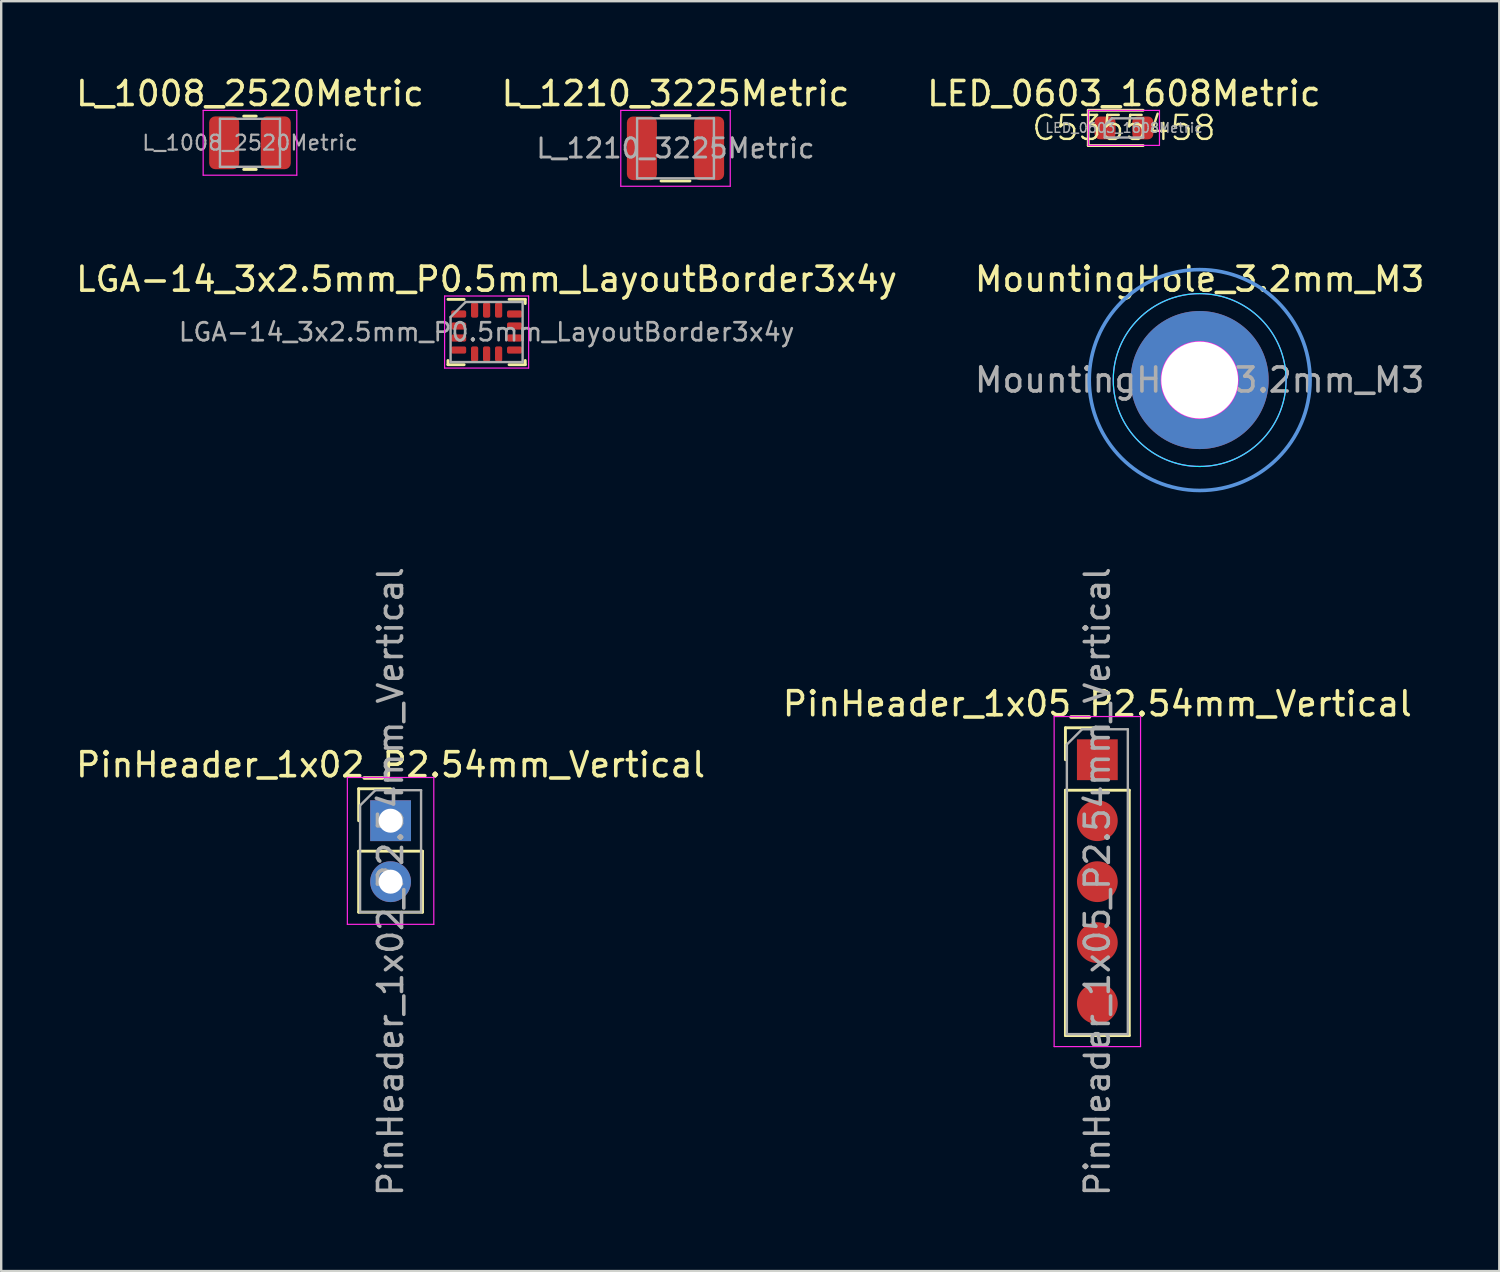
<source format=kicad_pcb>
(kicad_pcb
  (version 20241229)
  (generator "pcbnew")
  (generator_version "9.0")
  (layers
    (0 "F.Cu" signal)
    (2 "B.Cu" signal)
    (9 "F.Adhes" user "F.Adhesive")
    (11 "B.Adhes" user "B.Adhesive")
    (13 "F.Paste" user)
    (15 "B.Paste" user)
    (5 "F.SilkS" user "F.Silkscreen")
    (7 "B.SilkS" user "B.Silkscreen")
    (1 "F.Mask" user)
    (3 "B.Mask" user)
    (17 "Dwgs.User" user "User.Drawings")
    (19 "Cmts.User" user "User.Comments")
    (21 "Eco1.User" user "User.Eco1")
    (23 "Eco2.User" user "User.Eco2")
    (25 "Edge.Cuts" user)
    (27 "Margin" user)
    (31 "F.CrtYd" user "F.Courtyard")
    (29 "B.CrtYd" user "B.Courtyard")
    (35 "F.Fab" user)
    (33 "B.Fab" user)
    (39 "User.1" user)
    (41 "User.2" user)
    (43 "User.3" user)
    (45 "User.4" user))
  (footprint "PinHeader_1x02_P2.54mm_Vertical"
    (layer "F.Cu")
    (at 13.22 31.137)
    (property "Reference" "PinHeader_1x02_P2.54mm_Vertical" (at 0 -2.33 0) (layer "F.SilkS") (effects (font (size 1 1) (thickness 0.15))))
    (attr through_hole)
    (fp_line (start -1.33 -1.33) (end 0 -1.33) (stroke (width 0.12) (type solid)) (layer "F.SilkS"))
    (fp_line (start -1.33 0) (end -1.33 -1.33) (stroke (width 0.12) (type solid)) (layer "F.SilkS"))
    (fp_line (start -1.33 1.27) (end -1.33 3.81) (stroke (width 0.12) (type solid)) (layer "F.SilkS"))
    (fp_line (start -1.33 1.27) (end 1.33 1.27) (stroke (width 0.12) (type solid)) (layer "F.SilkS"))
    (fp_line (start -1.33 3.81) (end 1.33 3.81) (stroke (width 0.12) (type solid)) (layer "F.SilkS"))
    (fp_line (start 1.33 1.27) (end 1.33 3.81) (stroke (width 0.12) (type solid)) (layer "F.SilkS"))
    (fp_line (start -1.8 -1.8) (end -1.8 4.318) (stroke (width 0.05) (type solid)) (layer "F.CrtYd"))
    (fp_line (start -1.8 4.318) (end 1.8 4.318) (stroke (width 0.05) (type solid)) (layer "F.CrtYd"))
    (fp_line (start 1.8 -1.8) (end -1.8 -1.8) (stroke (width 0.05) (type solid)) (layer "F.CrtYd"))
    (fp_line (start 1.8 4.318) (end 1.8 -1.8) (stroke (width 0.05) (type solid)) (layer "F.CrtYd"))
    (fp_line (start -1.27 -0.635) (end -0.635 -1.27) (stroke (width 0.1) (type solid)) (layer "F.Fab"))
    (fp_line (start -1.27 3.81) (end -1.27 -0.635) (stroke (width 0.1) (type solid)) (layer "F.Fab"))
    (fp_line (start -0.635 -1.27) (end 1.27 -1.27) (stroke (width 0.1) (type solid)) (layer "F.Fab"))
    (fp_line (start 1.27 -1.27) (end 1.27 3.81) (stroke (width 0.1) (type solid)) (layer "F.Fab"))
    (fp_line (start 1.27 3.81) (end -1.27 3.81) (stroke (width 0.1) (type solid)) (layer "F.Fab"))
    (fp_text user "${REFERENCE}" (at 0 2.54 90) (layer "F.Fab") (effects (font (size 1 1) (thickness 0.15))))
    (pad "1" thru_hole rect (at 0 0) (size 1.7 1.7) (drill 1) (layers "*.Cu" "*.Mask"))
    (pad "2" thru_hole oval (at 0 2.54) (size 1.7 1.7) (drill 1) (layers "*.Cu" "*.Mask")))
  (footprint "LED_0603_1608Metric"
    (layer "F.Cu")
    (at 43.768 2.278)
    (property "Reference" "LED_0603_1608Metric" (at 0 -1.43 0) (layer "F.SilkS") (effects (font (size 1 1) (thickness 0.15))))
    (property "LCSC" "C5355458" (at 0 0 0) (layer "F.SilkS") (effects (font (size 1 1) (thickness 0.1))))
    (attr smd)
    (fp_line (start -1.485 -0.735) (end -1.485 0.735) (stroke (width 0.12) (type solid)) (layer "F.SilkS"))
    (fp_line (start -1.485 0.735) (end 0.8 0.735) (stroke (width 0.12) (type solid)) (layer "F.SilkS"))
    (fp_line (start 0.8 -0.735) (end -1.485 -0.735) (stroke (width 0.12) (type solid)) (layer "F.SilkS"))
    (fp_line (start -1.48 -0.73) (end 1.48 -0.73) (stroke (width 0.05) (type solid)) (layer "F.CrtYd"))
    (fp_line (start -1.48 0.73) (end -1.48 -0.73) (stroke (width 0.05) (type solid)) (layer "F.CrtYd"))
    (fp_line (start 1.48 -0.73) (end 1.48 0.73) (stroke (width 0.05) (type solid)) (layer "F.CrtYd"))
    (fp_line (start 1.48 0.73) (end -1.48 0.73) (stroke (width 0.05) (type solid)) (layer "F.CrtYd"))
    (fp_line (start -0.8 -0.1) (end -0.8 0.4) (stroke (width 0.1) (type solid)) (layer "F.Fab"))
    (fp_line (start -0.8 0.4) (end 0.8 0.4) (stroke (width 0.1) (type solid)) (layer "F.Fab"))
    (fp_line (start -0.5 -0.4) (end -0.8 -0.1) (stroke (width 0.1) (type solid)) (layer "F.Fab"))
    (fp_line (start 0.8 -0.4) (end -0.5 -0.4) (stroke (width 0.1) (type solid)) (layer "F.Fab"))
    (fp_line (start 0.8 0.4) (end 0.8 -0.4) (stroke (width 0.1) (type solid)) (layer "F.Fab"))
    (fp_text user "${REFERENCE}" (at 0 0 0) (layer "F.Fab") (effects (font (size 0.4 0.4) (thickness 0.06))))
    (pad "1" smd roundrect (at -0.787 0) (size 0.875 0.95) (layers "F.Cu" "F.Mask" "F.Paste") (roundrect_rratio 0.25))
    (pad "2" smd roundrect (at 0.787 0) (size 0.875 0.95) (layers "F.Cu" "F.Mask" "F.Paste") (roundrect_rratio 0.25)))
  (footprint "LGA-14_3x2.5mm_P0.5mm_LayoutBorder3x4y"
    (layer "F.Cu")
    (at 17.22 10.781)
    (property "Reference" "LGA-14_3x2.5mm_P0.5mm_LayoutBorder3x4y" (at 0 -2.2 0) (layer "F.SilkS") (effects (font (size 1 1) (thickness 0.15))))
    (attr smd)
    (fp_line (start -1.61 1.36) (end -1.61 1.185) (stroke (width 0.12) (type solid)) (layer "F.SilkS"))
    (fp_line (start -0.935 -1.36) (end -1.61 -1.36) (stroke (width 0.12) (type solid)) (layer "F.SilkS"))
    (fp_line (start -0.935 1.36) (end -1.61 1.36) (stroke (width 0.12) (type solid)) (layer "F.SilkS"))
    (fp_line (start 0.935 -1.36) (end 1.61 -1.36) (stroke (width 0.12) (type solid)) (layer "F.SilkS"))
    (fp_line (start 0.935 1.36) (end 1.61 1.36) (stroke (width 0.12) (type solid)) (layer "F.SilkS"))
    (fp_line (start 1.61 -1.36) (end 1.61 -1.185) (stroke (width 0.12) (type solid)) (layer "F.SilkS"))
    (fp_line (start 1.61 1.36) (end 1.61 1.185) (stroke (width 0.12) (type solid)) (layer "F.SilkS"))
    (fp_line (start -1.75 -1.5) (end -1.75 1.5) (stroke (width 0.05) (type solid)) (layer "F.CrtYd"))
    (fp_line (start -1.75 1.5) (end 1.75 1.5) (stroke (width 0.05) (type solid)) (layer "F.CrtYd"))
    (fp_line (start 1.75 -1.5) (end -1.75 -1.5) (stroke (width 0.05) (type solid)) (layer "F.CrtYd"))
    (fp_line (start 1.75 1.5) (end 1.75 -1.5) (stroke (width 0.05) (type solid)) (layer "F.CrtYd"))
    (fp_line (start -1.5 -0.625) (end -0.875 -1.25) (stroke (width 0.1) (type solid)) (layer "F.Fab"))
    (fp_line (start -1.5 1.25) (end -1.5 -0.625) (stroke (width 0.1) (type solid)) (layer "F.Fab"))
    (fp_line (start -0.875 -1.25) (end 1.5 -1.25) (stroke (width 0.1) (type solid)) (layer "F.Fab"))
    (fp_line (start 1.5 -1.25) (end 1.5 1.25) (stroke (width 0.1) (type solid)) (layer "F.Fab"))
    (fp_line (start 1.5 1.25) (end -1.5 1.25) (stroke (width 0.1) (type solid)) (layer "F.Fab"))
    (fp_text user "${REFERENCE}" (at 0 0 0) (layer "F.Fab") (effects (font (size 0.75 0.75) (thickness 0.11))))
    (pad "1" smd roundrect (at -1.163 -0.75) (size 0.625 0.3) (layers "F.Cu" "F.Mask" "F.Paste") (roundrect_rratio 0.25))
    (pad "2" smd roundrect (at -1.163 -0.25) (size 0.625 0.3) (layers "F.Cu" "F.Mask" "F.Paste") (roundrect_rratio 0.25))
    (pad "3" smd roundrect (at -1.163 0.25) (size 0.625 0.3) (layers "F.Cu" "F.Mask" "F.Paste") (roundrect_rratio 0.25))
    (pad "4" smd roundrect (at -1.163 0.75) (size 0.625 0.3) (layers "F.Cu" "F.Mask" "F.Paste") (roundrect_rratio 0.25))
    (pad "5" smd roundrect (at -0.5 0.912) (size 0.3 0.625) (layers "F.Cu" "F.Mask" "F.Paste") (roundrect_rratio 0.25))
    (pad "6" smd roundrect (at 0 0.912) (size 0.3 0.625) (layers "F.Cu" "F.Mask" "F.Paste") (roundrect_rratio 0.25))
    (pad "7" smd roundrect (at 0.5 0.912) (size 0.3 0.625) (layers "F.Cu" "F.Mask" "F.Paste") (roundrect_rratio 0.25))
    (pad "8" smd roundrect (at 1.163 0.75) (size 0.625 0.3) (layers "F.Cu" "F.Mask" "F.Paste") (roundrect_rratio 0.25))
    (pad "9" smd roundrect (at 1.163 0.25) (size 0.625 0.3) (layers "F.Cu" "F.Mask" "F.Paste") (roundrect_rratio 0.25))
    (pad "10" smd roundrect (at 1.163 -0.25) (size 0.625 0.3) (layers "F.Cu" "F.Mask" "F.Paste") (roundrect_rratio 0.25))
    (pad "11" smd roundrect (at 1.163 -0.75) (size 0.625 0.3) (layers "F.Cu" "F.Mask" "F.Paste") (roundrect_rratio 0.25))
    (pad "12" smd roundrect (at 0.5 -0.912) (size 0.3 0.625) (layers "F.Cu" "F.Mask" "F.Paste") (roundrect_rratio 0.25))
    (pad "13" smd roundrect (at 0 -0.912) (size 0.3 0.625) (layers "F.Cu" "F.Mask" "F.Paste") (roundrect_rratio 0.25))
    (pad "14" smd roundrect (at -0.5 -0.912) (size 0.3 0.625) (layers "F.Cu" "F.Mask" "F.Paste") (roundrect_rratio 0.25)))
  (footprint "L_1008_2520Metric"
    (layer "F.Cu")
    (at 7.363 2.898)
    (property "Reference" "L_1008_2520Metric" (at 0 -2.05 0) (layer "F.SilkS") (effects (font (size 1 1) (thickness 0.15))))
    (attr smd)
    (fp_line (start -0.261 -1.11) (end 0.261 -1.11) (stroke (width 0.12) (type solid)) (layer "F.SilkS"))
    (fp_line (start -0.261 1.11) (end 0.261 1.11) (stroke (width 0.12) (type solid)) (layer "F.SilkS"))
    (fp_line (start -1.95 -1.35) (end 1.95 -1.35) (stroke (width 0.05) (type solid)) (layer "F.CrtYd"))
    (fp_line (start -1.95 1.35) (end -1.95 -1.35) (stroke (width 0.05) (type solid)) (layer "F.CrtYd"))
    (fp_line (start 1.95 -1.35) (end 1.95 1.35) (stroke (width 0.05) (type solid)) (layer "F.CrtYd"))
    (fp_line (start 1.95 1.35) (end -1.95 1.35) (stroke (width 0.05) (type solid)) (layer "F.CrtYd"))
    (fp_line (start -1.25 -1) (end 1.25 -1) (stroke (width 0.1) (type solid)) (layer "F.Fab"))
    (fp_line (start -1.25 1) (end -1.25 -1) (stroke (width 0.1) (type solid)) (layer "F.Fab"))
    (fp_line (start 1.25 -1) (end 1.25 1) (stroke (width 0.1) (type solid)) (layer "F.Fab"))
    (fp_line (start 1.25 1) (end -1.25 1) (stroke (width 0.1) (type solid)) (layer "F.Fab"))
    (fp_text user "${REFERENCE}" (at 0 0 0) (layer "F.Fab") (effects (font (size 0.62 0.62) (thickness 0.09))))
    (pad "1" smd roundrect (at -1.075 0) (size 1.25 2.2) (layers "F.Cu" "F.Mask" "F.Paste") (roundrect_rratio 0.2))
    (pad "2" smd roundrect (at 1.075 0) (size 1.25 2.2) (layers "F.Cu" "F.Mask" "F.Paste") (roundrect_rratio 0.2)))
  (footprint "MountingHole_3.2mm_M3"
    (layer "F.Cu")
    (at 46.923 12.781)
    (property "Reference" "MountingHole_3.2mm_M3" (at 0 -4.2 0) (layer "F.SilkS") (effects (font (size 1 1) (thickness 0.15))))
    (attr exclude_from_pos_files exclude_from_bom)
    (fp_circle (center 0 0) (end 4.6 0) (stroke (width 0.15) (type solid)) (fill no) (layer "Cmts.User"))
    (fp_circle (center 0 0) (end 3.6 0) (stroke (width 0.05) (type solid)) (fill no) (layer "B.CrtYd"))
    (fp_circle (center 0 0) (end 1.6 0) (stroke (width 0.05) (type default)) (fill no) (layer "F.CrtYd"))
    (fp_circle (center 0 0) (end 3.6 0) (stroke (width 0.05) (type solid)) (fill no) (layer "F.CrtYd"))
    (fp_text user "${REFERENCE}" (at 0 0 0) (layer "F.Fab") (effects (font (size 1 1) (thickness 0.15))))
    (pad "1" thru_hole circle (at 0 0 90) (size 5.75 5.75) (drill 3.2) (layers "*.Cu" "*.Mask")))
  (footprint "PinHeader_1x05_P2.54mm_Vertical"
    (layer "F.Cu")
    (at 42.661 28.597)
    (property "Reference" "PinHeader_1x05_P2.54mm_Vertical" (at 0 -2.33 0) (layer "F.SilkS") (effects (font (size 1 1) (thickness 0.15))))
    (attr smd)
    (fp_line (start -1.33 -1.33) (end 0 -1.33) (stroke (width 0.12) (type solid)) (layer "F.SilkS"))
    (fp_line (start -1.33 0) (end -1.33 -1.33) (stroke (width 0.12) (type solid)) (layer "F.SilkS"))
    (fp_line (start -1.33 1.27) (end -1.33 11.49) (stroke (width 0.12) (type solid)) (layer "F.SilkS"))
    (fp_line (start -1.33 1.27) (end 1.33 1.27) (stroke (width 0.12) (type solid)) (layer "F.SilkS"))
    (fp_line (start -1.33 11.49) (end 1.33 11.49) (stroke (width 0.12) (type solid)) (layer "F.SilkS"))
    (fp_line (start 1.33 1.27) (end 1.33 11.49) (stroke (width 0.12) (type solid)) (layer "F.SilkS"))
    (fp_line (start -1.8 -1.8) (end -1.8 11.95) (stroke (width 0.05) (type solid)) (layer "F.CrtYd"))
    (fp_line (start -1.8 11.95) (end 1.8 11.95) (stroke (width 0.05) (type solid)) (layer "F.CrtYd"))
    (fp_line (start 1.8 -1.8) (end -1.8 -1.8) (stroke (width 0.05) (type solid)) (layer "F.CrtYd"))
    (fp_line (start 1.8 11.95) (end 1.8 -1.8) (stroke (width 0.05) (type solid)) (layer "F.CrtYd"))
    (fp_line (start -1.27 -0.635) (end -0.635 -1.27) (stroke (width 0.1) (type solid)) (layer "F.Fab"))
    (fp_line (start -1.27 11.43) (end -1.27 -0.635) (stroke (width 0.1) (type solid)) (layer "F.Fab"))
    (fp_line (start -0.635 -1.27) (end 1.27 -1.27) (stroke (width 0.1) (type solid)) (layer "F.Fab"))
    (fp_line (start 1.27 -1.27) (end 1.27 11.43) (stroke (width 0.1) (type solid)) (layer "F.Fab"))
    (fp_line (start 1.27 11.43) (end -1.27 11.43) (stroke (width 0.1) (type solid)) (layer "F.Fab"))
    (fp_text user "${REFERENCE}" (at 0 5.08 90) (layer "F.Fab") (effects (font (size 1 1) (thickness 0.15))))
    (pad "1" smd rect (at 0 0) (size 1.7 1.7) (layers "F.Cu" "F.Mask" "F.Paste"))
    (pad "2" smd oval (at 0 2.54) (size 1.7 1.7) (layers "F.Cu" "F.Mask" "F.Paste"))
    (pad "3" smd oval (at 0 5.08) (size 1.7 1.7) (layers "F.Cu" "F.Mask" "F.Paste"))
    (pad "4" smd oval (at 0 7.62) (size 1.7 1.7) (layers "F.Cu" "F.Mask" "F.Paste"))
    (pad "5" smd oval (at 0 10.16) (size 1.7 1.7) (layers "F.Cu" "F.Mask" "F.Paste")))
  (footprint "L_1210_3225Metric"
    (layer "F.Cu")
    (at 25.089 3.128)
    (property "Reference" "L_1210_3225Metric" (at 0 -2.28 0) (layer "F.SilkS") (effects (font (size 1 1) (thickness 0.15))))
    (attr smd)
    (fp_line (start -0.602 -1.36) (end 0.602 -1.36) (stroke (width 0.12) (type solid)) (layer "F.SilkS"))
    (fp_line (start -0.602 1.36) (end 0.602 1.36) (stroke (width 0.12) (type solid)) (layer "F.SilkS"))
    (fp_line (start -2.28 -1.58) (end 2.28 -1.58) (stroke (width 0.05) (type solid)) (layer "F.CrtYd"))
    (fp_line (start -2.28 1.58) (end -2.28 -1.58) (stroke (width 0.05) (type solid)) (layer "F.CrtYd"))
    (fp_line (start 2.28 -1.58) (end 2.28 1.58) (stroke (width 0.05) (type solid)) (layer "F.CrtYd"))
    (fp_line (start 2.28 1.58) (end -2.28 1.58) (stroke (width 0.05) (type solid)) (layer "F.CrtYd"))
    (fp_line (start -1.6 -1.25) (end 1.6 -1.25) (stroke (width 0.1) (type solid)) (layer "F.Fab"))
    (fp_line (start -1.6 1.25) (end -1.6 -1.25) (stroke (width 0.1) (type solid)) (layer "F.Fab"))
    (fp_line (start 1.6 -1.25) (end 1.6 1.25) (stroke (width 0.1) (type solid)) (layer "F.Fab"))
    (fp_line (start 1.6 1.25) (end -1.6 1.25) (stroke (width 0.1) (type solid)) (layer "F.Fab"))
    (fp_text user "${REFERENCE}" (at 0 0 0) (layer "F.Fab") (effects (font (size 0.8 0.8) (thickness 0.12))))
    (pad "1" smd roundrect (at -1.4 0) (size 1.25 2.65) (layers "F.Cu" "F.Mask" "F.Paste") (roundrect_rratio 0.2))
    (pad "2" smd roundrect (at 1.4 0) (size 1.25 2.65) (layers "F.Cu" "F.Mask" "F.Paste") (roundrect_rratio 0.2)))
  (gr_rect
    (start -3 -3)
    (end 59.405 49.897)
    (stroke (width 0.1) (type default))
    (fill no)
    (layer "Edge.Cuts")))
</source>
